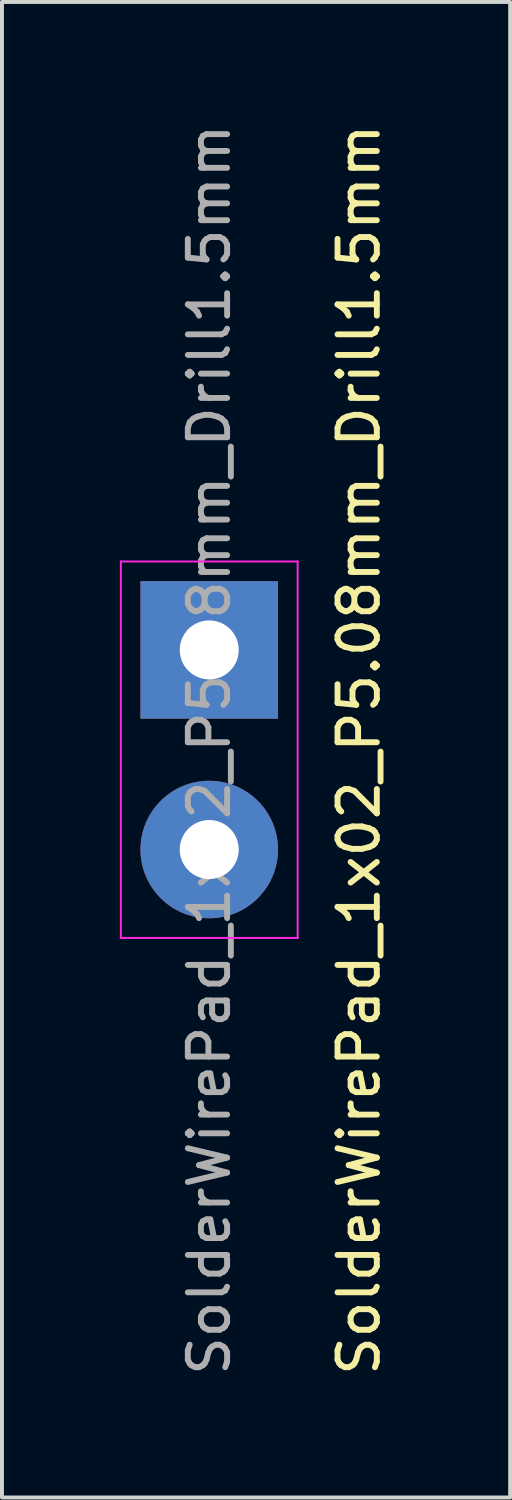
<source format=kicad_pcb>
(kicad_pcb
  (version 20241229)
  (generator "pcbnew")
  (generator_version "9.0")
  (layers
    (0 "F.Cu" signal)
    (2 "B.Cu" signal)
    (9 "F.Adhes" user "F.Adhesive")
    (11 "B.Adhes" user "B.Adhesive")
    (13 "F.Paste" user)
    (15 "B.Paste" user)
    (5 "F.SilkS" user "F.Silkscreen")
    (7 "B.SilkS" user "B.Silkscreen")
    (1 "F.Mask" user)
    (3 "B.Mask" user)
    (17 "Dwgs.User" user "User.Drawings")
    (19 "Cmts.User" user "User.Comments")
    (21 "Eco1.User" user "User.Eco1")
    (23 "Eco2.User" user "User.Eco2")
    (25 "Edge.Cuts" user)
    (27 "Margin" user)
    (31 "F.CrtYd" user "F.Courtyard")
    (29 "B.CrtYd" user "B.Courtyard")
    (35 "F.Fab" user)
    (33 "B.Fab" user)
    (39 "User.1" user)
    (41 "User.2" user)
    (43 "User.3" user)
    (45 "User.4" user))
  (footprint "SolderWirePad_1x02_P5.08mm_Drill1.5mm"
    (layer "F.Cu")
    (at 2.275 13.49 -90)
    (property "Reference" "SolderWirePad_1x02_P5.08mm_Drill1.5mm" (at 2.54 -3.81 270) (layer "F.SilkS") (effects (font (size 1 1) (thickness 0.15))))
    (attr exclude_from_pos_files exclude_from_bom)
    (fp_line (start 7.33 2.25) (end -2.25 2.25) (stroke (width 0.05) (type solid)) (layer "F.CrtYd"))
    (fp_line (start 7.33 2.25) (end 7.33 -2.25) (stroke (width 0.05) (type solid)) (layer "F.CrtYd"))
    (fp_line (start -2.25 -2.25) (end -2.25 2.25) (stroke (width 0.05) (type solid)) (layer "F.CrtYd"))
    (fp_line (start -2.25 -2.25) (end 7.33 -2.25) (stroke (width 0.05) (type solid)) (layer "F.CrtYd"))
    (fp_text user "${REFERENCE}" (at 2.54 0 270) (layer "F.Fab") (effects (font (size 1 1) (thickness 0.15))))
    (pad "1" thru_hole rect (at 0 0 270) (size 3.5 3.5) (drill 1.501) (layers "*.Cu" "*.Mask"))
    (pad "2" thru_hole circle (at 5.08 0 270) (size 3.5 3.5) (drill 1.501) (layers "*.Cu" "*.Mask")))
  (gr_rect
    (start -3 -3)
    (end 9.933 35.06)
    (stroke (width 0.1) (type default))
    (fill no)
    (layer "Edge.Cuts")))
</source>
